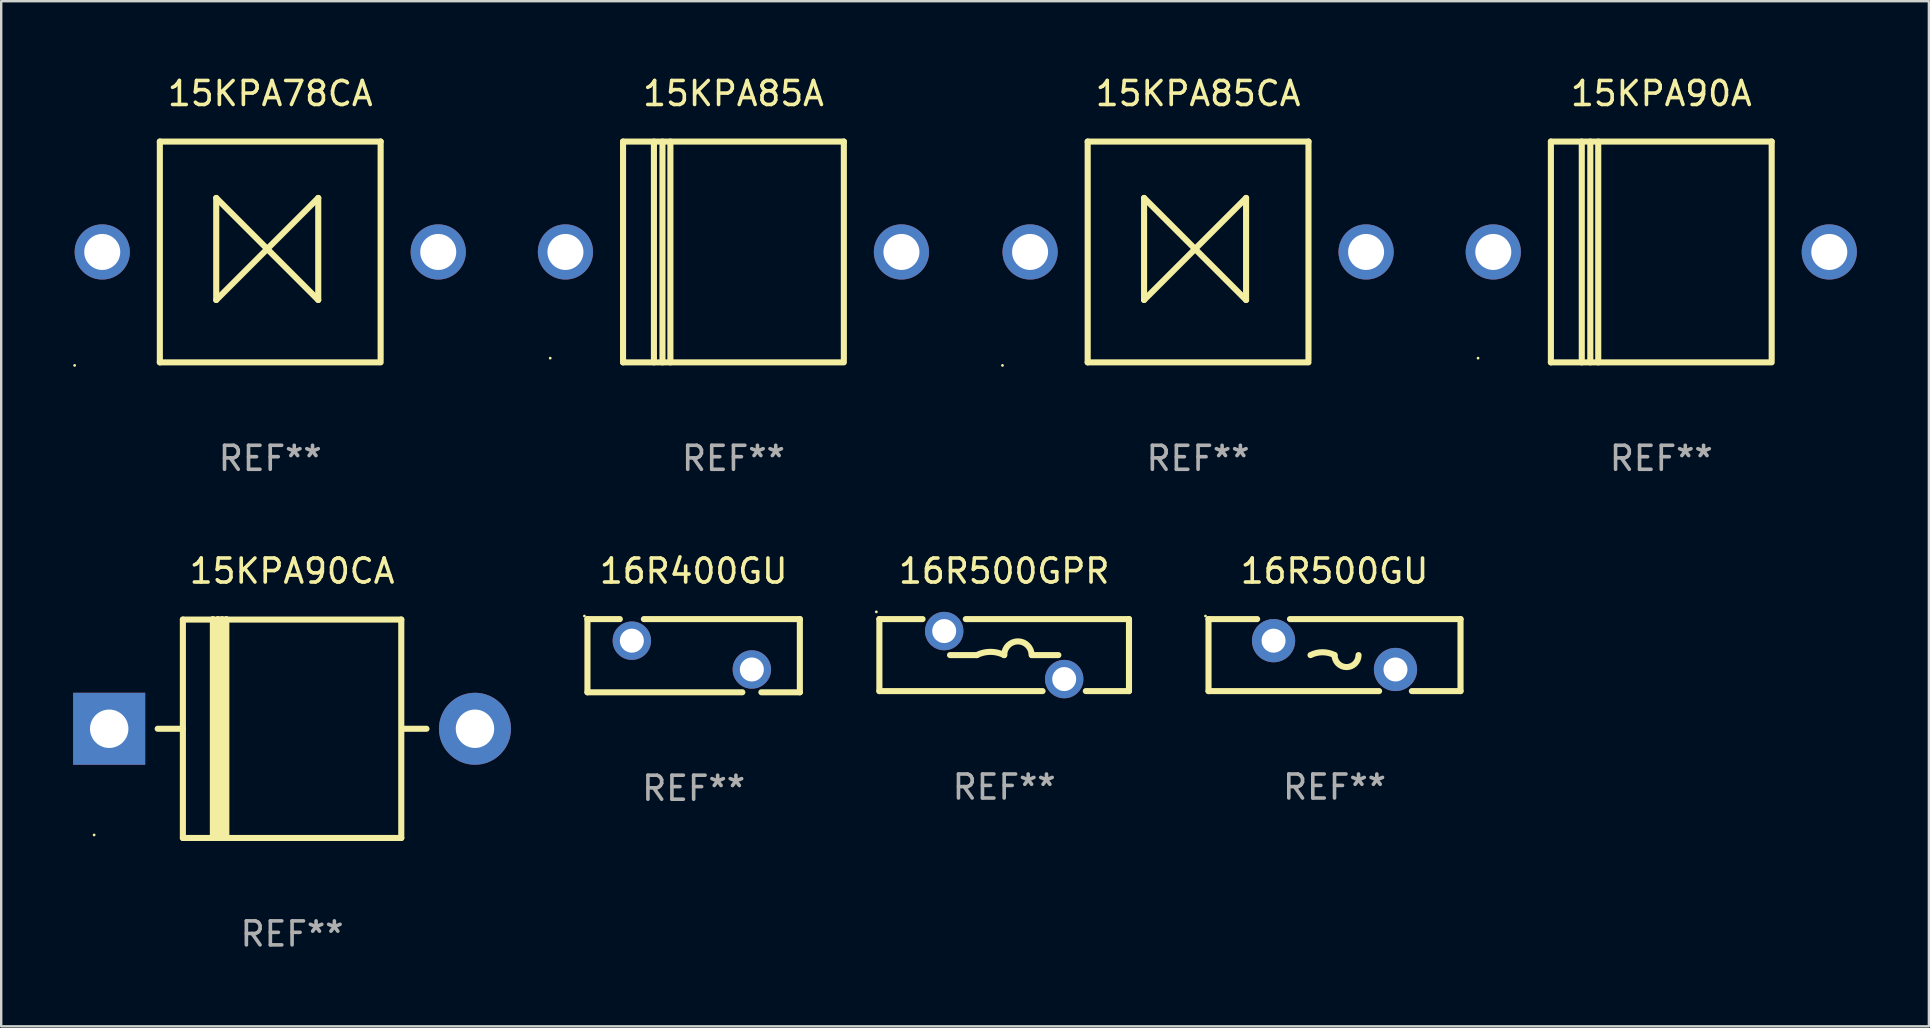
<source format=kicad_pcb>
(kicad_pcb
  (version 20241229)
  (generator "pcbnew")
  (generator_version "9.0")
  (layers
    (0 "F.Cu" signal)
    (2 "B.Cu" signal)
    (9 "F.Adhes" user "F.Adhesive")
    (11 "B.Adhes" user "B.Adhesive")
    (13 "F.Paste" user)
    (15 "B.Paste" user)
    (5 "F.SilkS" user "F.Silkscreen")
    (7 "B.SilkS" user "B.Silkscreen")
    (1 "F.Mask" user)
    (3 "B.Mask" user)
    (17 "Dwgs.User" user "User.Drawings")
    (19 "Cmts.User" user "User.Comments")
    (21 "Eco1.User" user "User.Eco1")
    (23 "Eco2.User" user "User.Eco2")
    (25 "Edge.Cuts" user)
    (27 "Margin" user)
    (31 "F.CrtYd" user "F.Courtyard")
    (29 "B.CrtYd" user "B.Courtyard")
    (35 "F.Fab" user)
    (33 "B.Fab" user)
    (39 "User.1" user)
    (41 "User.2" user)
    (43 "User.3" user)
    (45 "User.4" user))
  (footprint "15KPA85CA"
    (layer "F.Cu")
    (at 46.87 7.448)
    (property "Reference" "15KPA85CA" (at 0 -6.6 0) (layer "F.SilkS") (effects (font (size 1 1) (thickness 0.15))))
    (attr through_hole)
    (fp_line (start -4.6 -4.6) (end -4.6 4.6) (stroke (width 0.254) (type solid)) (layer "F.SilkS"))
    (fp_line (start -4.6 -4.6) (end 4.6 -4.6) (stroke (width 0.254) (type solid)) (layer "F.SilkS"))
    (fp_line (start -4.6 4.6) (end 4.6 4.6) (stroke (width 0.254) (type solid)) (layer "F.SilkS"))
    (fp_line (start -2.25 -2.25) (end -2.25 2) (stroke (width 0.254) (type solid)) (layer "F.SilkS"))
    (fp_line (start -2.25 2) (end 2 -2.25) (stroke (width 0.254) (type solid)) (layer "F.SilkS"))
    (fp_line (start 2 -2.25) (end 2 2) (stroke (width 0.254) (type solid)) (layer "F.SilkS"))
    (fp_line (start 2 2) (end -2.25 -2.25) (stroke (width 0.254) (type solid)) (layer "F.SilkS"))
    (fp_line (start 4.6 -4.6) (end 4.6 4.5) (stroke (width 0.254) (type solid)) (layer "F.SilkS"))
    (fp_circle (center -8.15 4.727) (end -8.12 4.727) (stroke (width 0.06) (type solid)) (fill no) (layer "F.SilkS"))
    (fp_text user "REF**" (at 0 8.6 0) (layer "F.Fab") (effects (font (size 1 1) (thickness 0.15))))
    (pad "1" thru_hole circle (at -7 0) (size 2.3 2.3) (drill 1.5) (layers "*.Cu" "*.Mask"))
    (pad "2" thru_hole circle (at 7 0) (size 2.3 2.3) (drill 1.5) (layers "*.Cu" "*.Mask")))
  (footprint "15KPA90A"
    (layer "F.Cu")
    (at 66.17 7.448)
    (property "Reference" "15KPA90A" (at 0 -6.6 0) (layer "F.SilkS") (effects (font (size 1 1) (thickness 0.15))))
    (attr through_hole)
    (fp_line (start -4.6 -4.6) (end -4.6 4.6) (stroke (width 0.254) (type solid)) (layer "F.SilkS"))
    (fp_line (start -4.6 -4.6) (end 4.6 -4.6) (stroke (width 0.254) (type solid)) (layer "F.SilkS"))
    (fp_line (start -4.6 4.6) (end 4.6 4.6) (stroke (width 0.254) (type solid)) (layer "F.SilkS"))
    (fp_line (start -3.313 -4.6) (end -3.313 4.6) (stroke (width 0.254) (type solid)) (layer "F.SilkS"))
    (fp_line (start -2.957 -4.6) (end -2.957 4.6) (stroke (width 0.254) (type solid)) (layer "F.SilkS"))
    (fp_line (start -2.627 -4.6) (end -2.627 4.6) (stroke (width 0.254) (type solid)) (layer "F.SilkS"))
    (fp_line (start 4.6 -4.6) (end 4.6 4.5) (stroke (width 0.254) (type solid)) (layer "F.SilkS"))
    (fp_circle (center -7.635 4.425) (end -7.605 4.425) (stroke (width 0.06) (type solid)) (fill no) (layer "F.SilkS"))
    (fp_text user "REF**" (at 0 8.6 0) (layer "F.Fab") (effects (font (size 1 1) (thickness 0.15))))
    (pad "1" thru_hole circle (at -7 0) (size 2.3 2.3) (drill 1.5) (layers "*.Cu" "*.Mask"))
    (pad "2" thru_hole circle (at 7 0) (size 2.3 2.3) (drill 1.5) (layers "*.Cu" "*.Mask")))
  (footprint "16R500GU"
    (layer "F.Cu")
    (at 52.555 24.245)
    (property "Reference" "16R500GU" (at 0 -3.5 0) (layer "F.SilkS") (effects (font (size 1 1) (thickness 0.15))))
    (attr through_hole)
    (fp_line (start -5.25 -1.5) (end -3.224 -1.5) (stroke (width 0.254) (type solid)) (layer "F.SilkS"))
    (fp_line (start -5.25 1.5) (end -5.25 -1.5) (stroke (width 0.254) (type solid)) (layer "F.SilkS"))
    (fp_line (start -1.856 -1.5) (end 5.25 -1.5) (stroke (width 0.254) (type solid)) (layer "F.SilkS"))
    (fp_line (start 1.857 1.5) (end -5.25 1.5) (stroke (width 0.254) (type solid)) (layer "F.SilkS"))
    (fp_line (start 5.25 -1.5) (end 5.25 1.5) (stroke (width 0.254) (type solid)) (layer "F.SilkS"))
    (fp_line (start 5.25 1.5) (end 3.223 1.5) (stroke (width 0.254) (type solid)) (layer "F.SilkS"))
    (fp_arc (start -1 -0.000127) (mid -0.5 -0.118148) (end 0 -0.000127) (stroke (width 0.254001) (type solid)) (layer "F.SilkS"))
    (fp_arc (start 1.000762 -0.000127) (mid 0.500381 0.5) (end 0 -0.000127) (stroke (width 0.254001) (type solid)) (layer "F.SilkS"))
    (fp_circle (center -5.377 -1.627) (end -5.347 -1.627) (stroke (width 0.06) (type solid)) (fill no) (layer "F.SilkS"))
    (fp_text user "REF**" (at 0 5.5 0) (layer "F.Fab") (effects (font (size 1 1) (thickness 0.15))))
    (pad "1" thru_hole circle (at -2.54 -0.6) (size 1.8 1.8) (drill 1) (layers "*.Cu" "*.Mask"))
    (pad "2" thru_hole circle (at 2.54 0.6) (size 1.8 1.8) (drill 1) (layers "*.Cu" "*.Mask")))
  (footprint "16R400GU"
    (layer "F.Cu")
    (at 25.852 24.27)
    (property "Reference" "16R400GU" (at 0 -3.525 0) (layer "F.SilkS") (effects (font (size 1 1) (thickness 0.15))))
    (attr through_hole)
    (fp_line (start -4.425 -1.525) (end -4.425 1.525) (stroke (width 0.254) (type solid)) (layer "F.SilkS"))
    (fp_line (start -4.425 -1.525) (end -3.076 -1.525) (stroke (width 0.254) (type solid)) (layer "F.SilkS"))
    (fp_line (start -2.074 -1.525) (end 4.425 -1.525) (stroke (width 0.254) (type solid)) (layer "F.SilkS"))
    (fp_line (start 2.028 1.525) (end -4.425 1.525) (stroke (width 0.254) (type solid)) (layer "F.SilkS"))
    (fp_line (start 4.425 -1.525) (end 4.425 1.525) (stroke (width 0.254) (type solid)) (layer "F.SilkS"))
    (fp_line (start 4.425 1.525) (end 2.822 1.525) (stroke (width 0.254) (type solid)) (layer "F.SilkS"))
    (fp_circle (center -4.552 -1.652) (end -4.522 -1.652) (stroke (width 0.06) (type solid)) (fill no) (layer "F.SilkS"))
    (fp_text user "REF**" (at 0 5.525 0) (layer "F.Fab") (effects (font (size 1 1) (thickness 0.15))))
    (pad "1" thru_hole circle (at -2.575 -0.625) (size 1.6 1.6) (drill 1) (layers "*.Cu" "*.Mask"))
    (pad "2" thru_hole circle (at 2.425 0.575) (size 1.6 1.6) (drill 1) (layers "*.Cu" "*.Mask")))
  (footprint "15KPA90CA"
    (layer "F.Cu")
    (at 9.12 27.305)
    (property "Reference" "15KPA90CA" (at 0 -6.56 0) (layer "F.SilkS") (effects (font (size 1 1) (thickness 0.15))))
    (attr through_hole)
    (fp_line (start -5.6 0.01) (end -4.55 0.01) (stroke (width 0.254) (type solid)) (layer "F.SilkS"))
    (fp_line (start -4.55 -4.54) (end -4.55 4.56) (stroke (width 0.254) (type solid)) (layer "F.SilkS"))
    (fp_line (start -4.55 -4.54) (end 4.55 -4.54) (stroke (width 0.254) (type solid)) (layer "F.SilkS"))
    (fp_line (start -3.3 4.54) (end -3.3 -4.56) (stroke (width 0.254) (type solid)) (layer "F.SilkS"))
    (fp_line (start -3.09 4.54) (end -3.09 -4.56) (stroke (width 0.254) (type solid)) (layer "F.SilkS"))
    (fp_line (start -2.919 4.541) (end -2.919 -4.559) (stroke (width 0.254) (type solid)) (layer "F.SilkS"))
    (fp_line (start -2.74 4.54) (end -2.74 -4.56) (stroke (width 0.254) (type solid)) (layer "F.SilkS"))
    (fp_line (start 4.55 4.56) (end 4.55 -4.54) (stroke (width 0.254) (type solid)) (layer "F.SilkS"))
    (fp_line (start 4.55 4.56) (end -4.55 4.56) (stroke (width 0.254) (type solid)) (layer "F.SilkS"))
    (fp_line (start 4.58 0.01) (end 5.6 0.01) (stroke (width 0.254) (type solid)) (layer "F.SilkS"))
    (fp_circle (center -8.248 4.435) (end -8.218 4.435) (stroke (width 0.06) (type solid)) (fill no) (layer "F.SilkS"))
    (fp_text user "REF**" (at 0 8.56 0) (layer "F.Fab") (effects (font (size 1 1) (thickness 0.15))))
    (pad "1" thru_hole rect (at -7.62 0.01 180) (size 3 3) (drill 1.6) (layers "*.Cu" "*.Mask"))
    (pad "2" thru_hole circle (at 7.62 0.01) (size 3 3) (drill 1.6) (layers "*.Cu" "*.Mask")))
  (footprint "16R500GPR"
    (layer "F.Cu")
    (at 38.791 24.245)
    (property "Reference" "16R500GPR" (at 0 -3.5 0) (layer "F.SilkS") (effects (font (size 1 1) (thickness 0.15))))
    (attr through_hole)
    (fp_line (start -5.2 -1.5) (end -3.401 -1.5) (stroke (width 0.254) (type solid)) (layer "F.SilkS"))
    (fp_line (start -5.2 1.5) (end -5.2 -1.5) (stroke (width 0.254) (type solid)) (layer "F.SilkS"))
    (fp_line (start -5.2 1.5) (end 1.599 1.5) (stroke (width 0.254) (type solid)) (layer "F.SilkS"))
    (fp_line (start -2.257 0.000127) (end -1.143 0.000127) (stroke (width 0.254) (type solid)) (layer "F.SilkS"))
    (fp_line (start -1.599 -1.5) (end 5.2 -1.5) (stroke (width 0.254) (type solid)) (layer "F.SilkS"))
    (fp_line (start 1.172 0.000127) (end 2.257 0.000127) (stroke (width 0.254) (type solid)) (layer "F.SilkS"))
    (fp_line (start 3.401 1.5) (end 5.2 1.5) (stroke (width 0.254) (type solid)) (layer "F.SilkS"))
    (fp_line (start 5.2 -1.5) (end 5.2 1.5) (stroke (width 0.254) (type solid)) (layer "F.SilkS"))
    (fp_arc (start -1.143002 0.000127) (mid -0.571501 -0.134786) (end 0 0.000127) (stroke (width 0.254001) (type solid)) (layer "F.SilkS"))
    (fp_arc (start 0 0.000127) (mid 0.571501 -0.571374) (end 1.143002 0.000127) (stroke (width 0.254001) (type solid)) (layer "F.SilkS"))
    (fp_circle (center -5.327 -1.8) (end -5.297 -1.8) (stroke (width 0.06) (type solid)) (fill no) (layer "F.SilkS"))
    (fp_text user "REF**" (at 0 5.5 0) (layer "F.Fab") (effects (font (size 1 1) (thickness 0.15))))
    (pad "1" thru_hole circle (at -2.5 -1) (size 1.6 1.6) (drill 1) (layers "*.Cu" "*.Mask"))
    (pad "2" thru_hole circle (at 2.5 1) (size 1.6 1.6) (drill 1) (layers "*.Cu" "*.Mask")))
  (footprint "15KPA78CA"
    (layer "F.Cu")
    (at 8.21 7.448)
    (property "Reference" "15KPA78CA" (at 0 -6.6 0) (layer "F.SilkS") (effects (font (size 1 1) (thickness 0.15))))
    (attr through_hole)
    (fp_line (start -4.6 -4.6) (end -4.6 4.6) (stroke (width 0.254) (type solid)) (layer "F.SilkS"))
    (fp_line (start -4.6 -4.6) (end 4.6 -4.6) (stroke (width 0.254) (type solid)) (layer "F.SilkS"))
    (fp_line (start -4.6 4.6) (end 4.6 4.6) (stroke (width 0.254) (type solid)) (layer "F.SilkS"))
    (fp_line (start -2.25 -2.25) (end -2.25 2) (stroke (width 0.254) (type solid)) (layer "F.SilkS"))
    (fp_line (start -2.25 2) (end 2 -2.25) (stroke (width 0.254) (type solid)) (layer "F.SilkS"))
    (fp_line (start 2 -2.25) (end 2 2) (stroke (width 0.254) (type solid)) (layer "F.SilkS"))
    (fp_line (start 2 2) (end -2.25 -2.25) (stroke (width 0.254) (type solid)) (layer "F.SilkS"))
    (fp_line (start 4.6 -4.6) (end 4.6 4.5) (stroke (width 0.254) (type solid)) (layer "F.SilkS"))
    (fp_circle (center -8.15 4.727) (end -8.12 4.727) (stroke (width 0.06) (type solid)) (fill no) (layer "F.SilkS"))
    (fp_text user "REF**" (at 0 8.6 0) (layer "F.Fab") (effects (font (size 1 1) (thickness 0.15))))
    (pad "1" thru_hole circle (at -7 0) (size 2.3 2.3) (drill 1.5) (layers "*.Cu" "*.Mask"))
    (pad "2" thru_hole circle (at 7 0) (size 2.3 2.3) (drill 1.5) (layers "*.Cu" "*.Mask")))
  (footprint "15KPA85A"
    (layer "F.Cu")
    (at 27.51 7.448)
    (property "Reference" "15KPA85A" (at 0 -6.6 0) (layer "F.SilkS") (effects (font (size 1 1) (thickness 0.15))))
    (attr through_hole)
    (fp_line (start -4.6 -4.6) (end -4.6 4.6) (stroke (width 0.254) (type solid)) (layer "F.SilkS"))
    (fp_line (start -4.6 -4.6) (end 4.6 -4.6) (stroke (width 0.254) (type solid)) (layer "F.SilkS"))
    (fp_line (start -4.6 4.6) (end 4.6 4.6) (stroke (width 0.254) (type solid)) (layer "F.SilkS"))
    (fp_line (start -3.313 -4.6) (end -3.313 4.6) (stroke (width 0.254) (type solid)) (layer "F.SilkS"))
    (fp_line (start -2.957 -4.6) (end -2.957 4.6) (stroke (width 0.254) (type solid)) (layer "F.SilkS"))
    (fp_line (start -2.627 -4.6) (end -2.627 4.6) (stroke (width 0.254) (type solid)) (layer "F.SilkS"))
    (fp_line (start 4.6 -4.6) (end 4.6 4.5) (stroke (width 0.254) (type solid)) (layer "F.SilkS"))
    (fp_circle (center -7.635 4.425) (end -7.605 4.425) (stroke (width 0.06) (type solid)) (fill no) (layer "F.SilkS"))
    (fp_text user "REF**" (at 0 8.6 0) (layer "F.Fab") (effects (font (size 1 1) (thickness 0.15))))
    (pad "1" thru_hole circle (at -7 0) (size 2.3 2.3) (drill 1.5) (layers "*.Cu" "*.Mask"))
    (pad "2" thru_hole circle (at 7 0) (size 2.3 2.3) (drill 1.5) (layers "*.Cu" "*.Mask")))
  (gr_rect
    (start -3 -3)
    (end 77.32 39.713)
    (stroke (width 0.1) (type default))
    (fill no)
    (layer "Edge.Cuts")))
</source>
